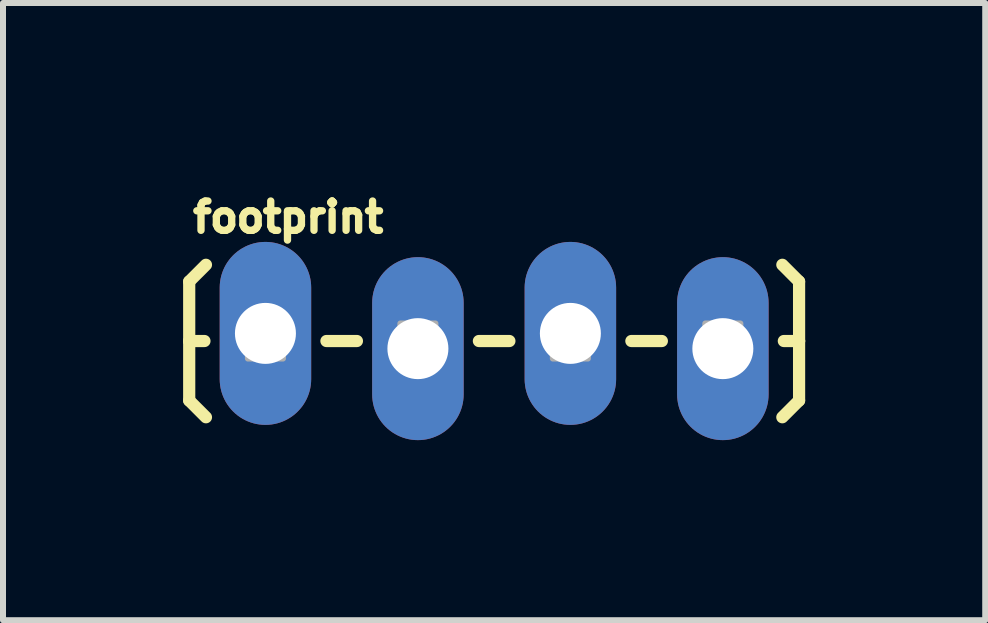
<source format=kicad_pcb>
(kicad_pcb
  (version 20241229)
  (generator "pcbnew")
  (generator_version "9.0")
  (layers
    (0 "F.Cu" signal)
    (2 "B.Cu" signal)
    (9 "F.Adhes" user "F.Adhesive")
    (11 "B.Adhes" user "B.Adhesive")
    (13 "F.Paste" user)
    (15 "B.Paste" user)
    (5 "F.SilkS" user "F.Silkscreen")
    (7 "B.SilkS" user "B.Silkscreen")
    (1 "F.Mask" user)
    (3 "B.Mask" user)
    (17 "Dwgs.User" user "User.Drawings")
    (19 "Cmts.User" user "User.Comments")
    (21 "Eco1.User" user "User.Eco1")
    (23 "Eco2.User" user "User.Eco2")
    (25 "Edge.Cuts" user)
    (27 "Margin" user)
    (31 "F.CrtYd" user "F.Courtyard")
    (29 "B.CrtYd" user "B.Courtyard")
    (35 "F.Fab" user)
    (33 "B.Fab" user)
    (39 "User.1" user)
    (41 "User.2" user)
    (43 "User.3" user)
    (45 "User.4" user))
  (footprint "footprint"
    (layer "F.Cu")
    (at 1.372 2.504)
    (property "Reference" "footprint" (at -1.27 -1.651 0) (layer "F.SilkS") (effects (font (size 0.488 0.488) (thickness 0.122)) (justify left bottom)))
    (fp_line (start -1.27 -0.864) (end -0.991 -1.143) (stroke (width 0.203) (type solid)) (layer "F.SilkS"))
    (fp_line (start -1.27 0.127) (end -1.27 -0.864) (stroke (width 0.203) (type solid)) (layer "F.SilkS"))
    (fp_line (start -1.27 0.127) (end -1.27 1.118) (stroke (width 0.203) (type solid)) (layer "F.SilkS"))
    (fp_line (start -1.27 0.127) (end -1.016 0.127) (stroke (width 0.203) (type solid)) (layer "F.SilkS"))
    (fp_line (start -1.27 1.118) (end -0.991 1.397) (stroke (width 0.203) (type solid)) (layer "F.SilkS"))
    (fp_line (start 1.524 0.127) (end 1.016 0.127) (stroke (width 0.203) (type solid)) (layer "F.SilkS"))
    (fp_line (start 4.064 0.127) (end 3.556 0.127) (stroke (width 0.203) (type solid)) (layer "F.SilkS"))
    (fp_line (start 6.604 0.127) (end 6.096 0.127) (stroke (width 0.203) (type solid)) (layer "F.SilkS"))
    (fp_line (start 8.89 -0.864) (end 8.611 -1.143) (stroke (width 0.203) (type solid)) (layer "F.SilkS"))
    (fp_line (start 8.89 0.127) (end 8.636 0.127) (stroke (width 0.203) (type solid)) (layer "F.SilkS"))
    (fp_line (start 8.89 0.127) (end 8.89 -0.864) (stroke (width 0.203) (type solid)) (layer "F.SilkS"))
    (fp_line (start 8.89 0.127) (end 8.89 1.118) (stroke (width 0.203) (type solid)) (layer "F.SilkS"))
    (fp_line (start 8.89 1.118) (end 8.611 1.397) (stroke (width 0.203) (type solid)) (layer "F.SilkS"))
    (fp_poly (pts (xy -0.292 0.419) (xy 0.292 0.419) (xy 0.292 -0.165) (xy -0.292 -0.165)) (stroke (width 0.1) (type solid)) (fill no) (layer "F.Fab"))
    (fp_poly (pts (xy 2.248 0.419) (xy 2.832 0.419) (xy 2.832 -0.165) (xy 2.248 -0.165)) (stroke (width 0.1) (type solid)) (fill no) (layer "F.Fab"))
    (fp_poly (pts (xy 4.788 0.419) (xy 5.372 0.419) (xy 5.372 -0.165) (xy 4.788 -0.165)) (stroke (width 0.1) (type solid)) (fill no) (layer "F.Fab"))
    (fp_poly (pts (xy 7.912 0.419) (xy 7.912 -0.165) (xy 7.328 -0.165) (xy 7.328 0.419)) (stroke (width 0.1) (type solid)) (fill no) (layer "F.Fab"))
    (pad "1" thru_hole oval (at 0 0 90) (size 3.048 1.524) (drill 1.016) (layers "*.Cu" "*.Mask"))
    (pad "2" thru_hole oval (at 2.54 0.254 90) (size 3.048 1.524) (drill 1.016) (layers "*.Cu" "*.Mask"))
    (pad "3" thru_hole oval (at 5.08 0 90) (size 3.048 1.524) (drill 1.016) (layers "*.Cu" "*.Mask"))
    (pad "4" thru_hole oval (at 7.62 0.254 90) (size 3.048 1.524) (drill 1.016) (layers "*.Cu" "*.Mask")))
  (gr_rect
    (start -3 -3)
    (end 13.363 7.282)
    (stroke (width 0.1) (type default))
    (fill no)
    (layer "Edge.Cuts")))
</source>
